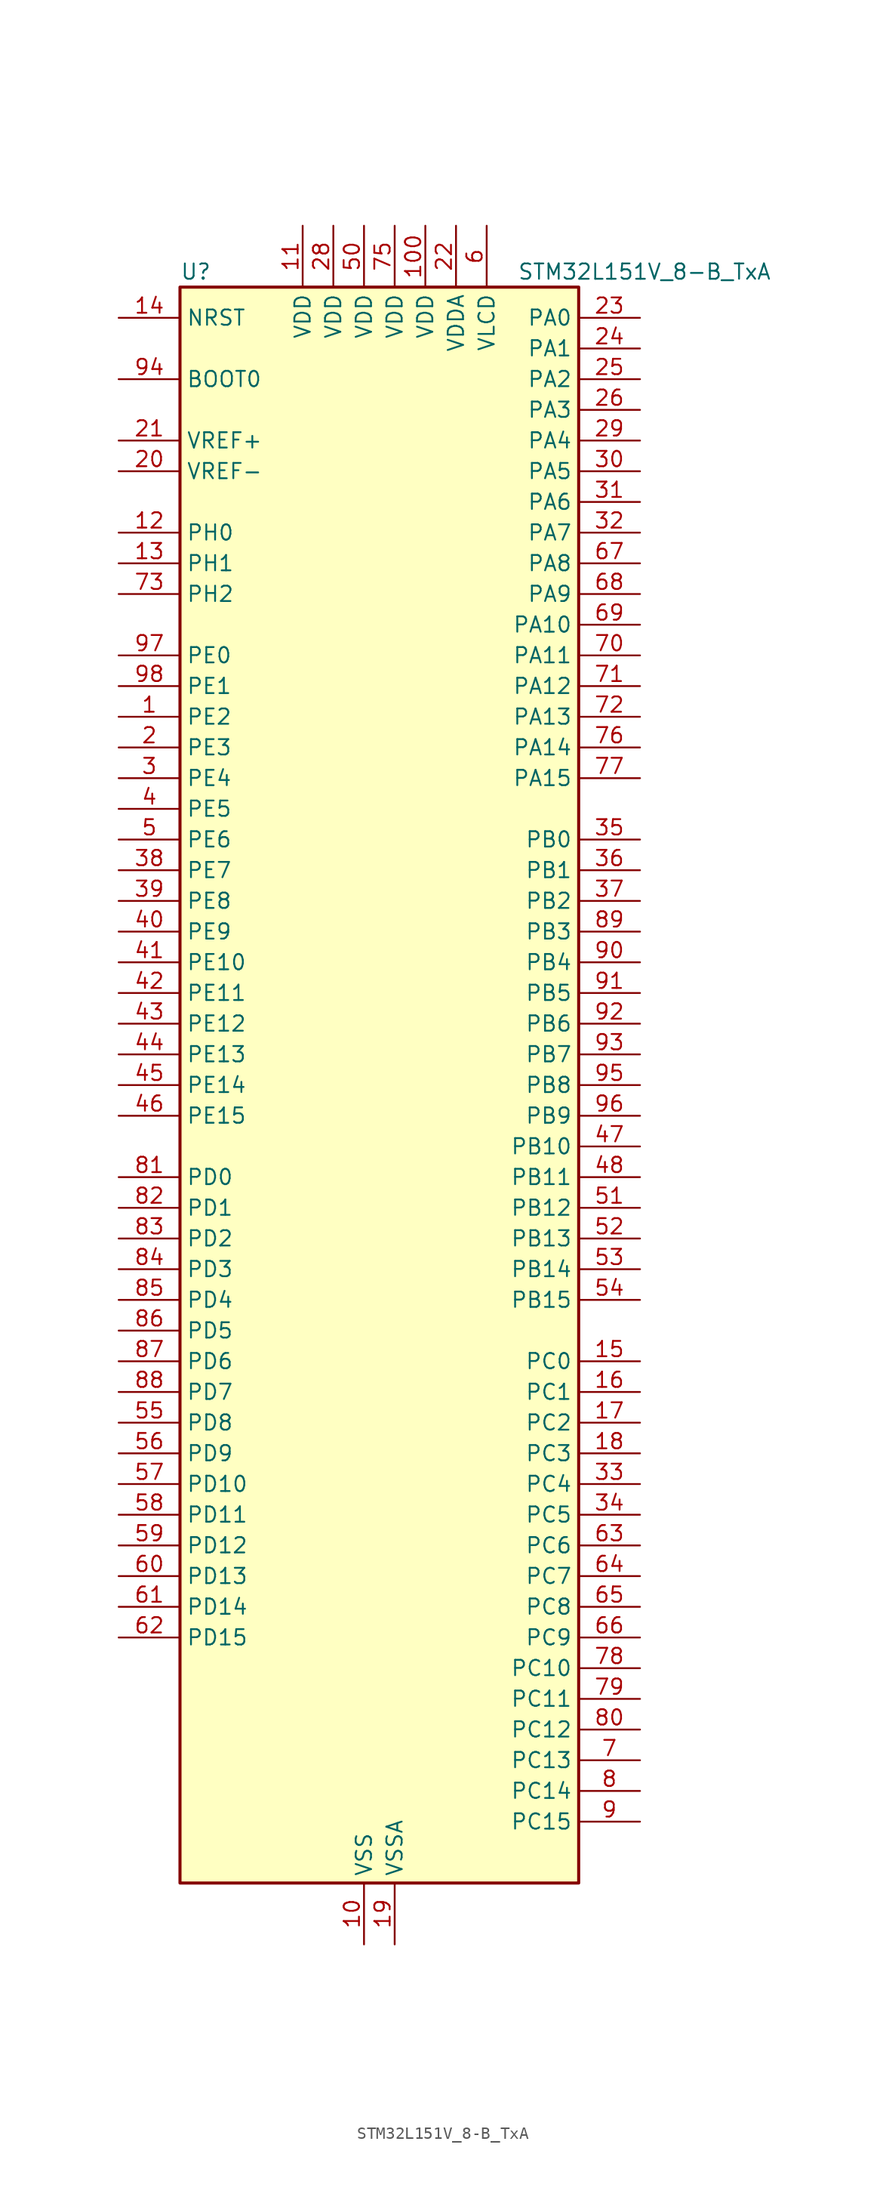
<source format=kicad_sym>
(kicad_symbol_lib
  (version 20231120)
  (generator "kicad-library-utils")
  (generator_version "8.0")
  (symbol "STM32L151V_8-B_TxA"
    (property "Reference" "U"
      (at -15.24 67.31 0)
      (effects (font (size 1.27 1.27)) (justify left)))
    (property "Value" "STM32L151V_8-B_TxA"
      (at 12.7 67.31 0)
      (effects (font (size 1.27 1.27)) (justify left)))
    (symbol "STM32L151V_8-B_TxA_0_1"
      (rectangle (start -15.24 -66.04) (end 17.78 66.04) (stroke (width 0.254) (type default)) (fill (type background))))
    (symbol "STM32L151V_8-B_TxA_1_1"
      (pin bidirectional line (at -20.32 30.48 0) (length 5.08) (name "PE2" (effects (font (size 1.27 1.27)))) (number "1" (effects (font (size 1.27 1.27)))) (alternate "SYS_TRACECK" bidirectional line) (alternate "TIM3_ETR" bidirectional line) (alternate "TIMX_IC3" bidirectional line))
      (pin power_in line (at 0 -71.12 90) (length 5.08) (name "VSS" (effects (font (size 1.27 1.27)))) (number "10" (effects (font (size 1.27 1.27)))))
      (pin power_in line (at 5.08 71.12 270) (length 5.08) (name "VDD" (effects (font (size 1.27 1.27)))) (number "100" (effects (font (size 1.27 1.27)))))
      (pin power_in line (at -5.08 71.12 270) (length 5.08) (name "VDD" (effects (font (size 1.27 1.27)))) (number "11" (effects (font (size 1.27 1.27)))))
      (pin bidirectional line (at -20.32 45.72 0) (length 5.08) (name "PH0" (effects (font (size 1.27 1.27)))) (number "12" (effects (font (size 1.27 1.27)))) (alternate "RCC_OSC_IN" bidirectional line))
      (pin bidirectional line (at -20.32 43.18 0) (length 5.08) (name "PH1" (effects (font (size 1.27 1.27)))) (number "13" (effects (font (size 1.27 1.27)))) (alternate "RCC_OSC_OUT" bidirectional line))
      (pin input line (at -20.32 63.5 0) (length 5.08) (name "NRST" (effects (font (size 1.27 1.27)))) (number "14" (effects (font (size 1.27 1.27)))))
      (pin bidirectional line (at 22.86 -22.86 180) (length 5.08) (name "PC0" (effects (font (size 1.27 1.27)))) (number "15" (effects (font (size 1.27 1.27)))) (alternate "ADC_IN10" bidirectional line) (alternate "COMP1_INP" bidirectional line) (alternate "TIMX_IC1" bidirectional line) (alternate "TS_G8_IO1" bidirectional line))
      (pin bidirectional line (at 22.86 -25.4 180) (length 5.08) (name "PC1" (effects (font (size 1.27 1.27)))) (number "16" (effects (font (size 1.27 1.27)))) (alternate "ADC_IN11" bidirectional line) (alternate "COMP1_INP" bidirectional line) (alternate "TIMX_IC2" bidirectional line) (alternate "TS_G8_IO2" bidirectional line))
      (pin bidirectional line (at 22.86 -27.94 180) (length 5.08) (name "PC2" (effects (font (size 1.27 1.27)))) (number "17" (effects (font (size 1.27 1.27)))) (alternate "ADC_IN12" bidirectional line) (alternate "COMP1_INP" bidirectional line) (alternate "TIMX_IC3" bidirectional line) (alternate "TS_G8_IO3" bidirectional line))
      (pin bidirectional line (at 22.86 -30.48 180) (length 5.08) (name "PC3" (effects (font (size 1.27 1.27)))) (number "18" (effects (font (size 1.27 1.27)))) (alternate "ADC_IN13" bidirectional line) (alternate "COMP1_INP" bidirectional line) (alternate "TIMX_IC4" bidirectional line) (alternate "TS_G8_IO4" bidirectional line))
      (pin power_in line (at 2.54 -71.12 90) (length 5.08) (name "VSSA" (effects (font (size 1.27 1.27)))) (number "19" (effects (font (size 1.27 1.27)))))
      (pin bidirectional line (at -20.32 27.94 0) (length 5.08) (name "PE3" (effects (font (size 1.27 1.27)))) (number "2" (effects (font (size 1.27 1.27)))) (alternate "SYS_TRACED0" bidirectional line) (alternate "TIM3_CH1" bidirectional line) (alternate "TIMX_IC4" bidirectional line))
      (pin input line (at -20.32 50.8 0) (length 5.08) (name "VREF-" (effects (font (size 1.27 1.27)))) (number "20" (effects (font (size 1.27 1.27)))))
      (pin input line (at -20.32 53.34 0) (length 5.08) (name "VREF+" (effects (font (size 1.27 1.27)))) (number "21" (effects (font (size 1.27 1.27)))))
      (pin power_in line (at 7.62 71.12 270) (length 5.08) (name "VDDA" (effects (font (size 1.27 1.27)))) (number "22" (effects (font (size 1.27 1.27)))))
      (pin bidirectional line (at 22.86 63.5 180) (length 5.08) (name "PA0" (effects (font (size 1.27 1.27)))) (number "23" (effects (font (size 1.27 1.27)))) (alternate "ADC_IN0" bidirectional line) (alternate "COMP1_INP" bidirectional line) (alternate "RTC_TAMP2" bidirectional line) (alternate "SYS_WKUP1" bidirectional line) (alternate "TIM2_CH1" bidirectional line) (alternate "TIM2_ETR" bidirectional line) (alternate "TIMX_IC1" bidirectional line) (alternate "TS_G1_IO1" bidirectional line) (alternate "USART2_CTS" bidirectional line))
      (pin bidirectional line (at 22.86 60.96 180) (length 5.08) (name "PA1" (effects (font (size 1.27 1.27)))) (number "24" (effects (font (size 1.27 1.27)))) (alternate "ADC_IN1" bidirectional line) (alternate "COMP1_INP" bidirectional line) (alternate "TIM2_CH2" bidirectional line) (alternate "TIMX_IC2" bidirectional line) (alternate "TS_G1_IO2" bidirectional line) (alternate "USART2_RTS" bidirectional line))
      (pin bidirectional line (at 22.86 58.42 180) (length 5.08) (name "PA2" (effects (font (size 1.27 1.27)))) (number "25" (effects (font (size 1.27 1.27)))) (alternate "ADC_IN2" bidirectional line) (alternate "COMP1_INP" bidirectional line) (alternate "TIM2_CH3" bidirectional line) (alternate "TIM9_CH1" bidirectional line) (alternate "TIMX_IC3" bidirectional line) (alternate "TS_G1_IO3" bidirectional line) (alternate "USART2_TX" bidirectional line))
      (pin bidirectional line (at 22.86 55.88 180) (length 5.08) (name "PA3" (effects (font (size 1.27 1.27)))) (number "26" (effects (font (size 1.27 1.27)))) (alternate "ADC_IN3" bidirectional line) (alternate "COMP1_INP" bidirectional line) (alternate "TIM2_CH4" bidirectional line) (alternate "TIM9_CH2" bidirectional line) (alternate "TIMX_IC4" bidirectional line) (alternate "TS_G1_IO4" bidirectional line) (alternate "USART2_RX" bidirectional line))
      (pin passive line (at 0 -71.12 90) (length 5.08) hide (name "VSS" (effects (font (size 1.27 1.27)))) (number "27" (effects (font (size 1.27 1.27)))))
      (pin power_in line (at -2.54 71.12 270) (length 5.08) (name "VDD" (effects (font (size 1.27 1.27)))) (number "28" (effects (font (size 1.27 1.27)))))
      (pin bidirectional line (at 22.86 53.34 180) (length 5.08) (name "PA4" (effects (font (size 1.27 1.27)))) (number "29" (effects (font (size 1.27 1.27)))) (alternate "ADC_IN4" bidirectional line) (alternate "COMP1_INP" bidirectional line) (alternate "DAC_OUT1" bidirectional line) (alternate "SPI1_NSS" bidirectional line) (alternate "TIMX_IC1" bidirectional line) (alternate "USART2_CK" bidirectional line))
      (pin bidirectional line (at -20.32 25.4 0) (length 5.08) (name "PE4" (effects (font (size 1.27 1.27)))) (number "3" (effects (font (size 1.27 1.27)))) (alternate "SYS_TRACED1" bidirectional line) (alternate "TIM3_CH2" bidirectional line) (alternate "TIMX_IC1" bidirectional line))
      (pin bidirectional line (at 22.86 50.8 180) (length 5.08) (name "PA5" (effects (font (size 1.27 1.27)))) (number "30" (effects (font (size 1.27 1.27)))) (alternate "ADC_IN5" bidirectional line) (alternate "COMP1_INP" bidirectional line) (alternate "DAC_OUT2" bidirectional line) (alternate "SPI1_SCK" bidirectional line) (alternate "TIM2_CH1" bidirectional line) (alternate "TIM2_ETR" bidirectional line) (alternate "TIMX_IC2" bidirectional line))
      (pin bidirectional line (at 22.86 48.26 180) (length 5.08) (name "PA6" (effects (font (size 1.27 1.27)))) (number "31" (effects (font (size 1.27 1.27)))) (alternate "ADC_IN6" bidirectional line) (alternate "COMP1_INP" bidirectional line) (alternate "SPI1_MISO" bidirectional line) (alternate "TIM10_CH1" bidirectional line) (alternate "TIM3_CH1" bidirectional line) (alternate "TIMX_IC3" bidirectional line) (alternate "TS_G2_IO1" bidirectional line))
      (pin bidirectional line (at 22.86 45.72 180) (length 5.08) (name "PA7" (effects (font (size 1.27 1.27)))) (number "32" (effects (font (size 1.27 1.27)))) (alternate "ADC_IN7" bidirectional line) (alternate "COMP1_INP" bidirectional line) (alternate "SPI1_MOSI" bidirectional line) (alternate "TIM11_CH1" bidirectional line) (alternate "TIM3_CH2" bidirectional line) (alternate "TIMX_IC4" bidirectional line) (alternate "TS_G2_IO2" bidirectional line))
      (pin bidirectional line (at 22.86 -33.02 180) (length 5.08) (name "PC4" (effects (font (size 1.27 1.27)))) (number "33" (effects (font (size 1.27 1.27)))) (alternate "ADC_IN14" bidirectional line) (alternate "COMP1_INP" bidirectional line) (alternate "TIMX_IC1" bidirectional line) (alternate "TS_G9_IO1" bidirectional line))
      (pin bidirectional line (at 22.86 -35.56 180) (length 5.08) (name "PC5" (effects (font (size 1.27 1.27)))) (number "34" (effects (font (size 1.27 1.27)))) (alternate "ADC_IN15" bidirectional line) (alternate "COMP1_INP" bidirectional line) (alternate "TIMX_IC2" bidirectional line) (alternate "TS_G9_IO2" bidirectional line))
      (pin bidirectional line (at 22.86 20.32 180) (length 5.08) (name "PB0" (effects (font (size 1.27 1.27)))) (number "35" (effects (font (size 1.27 1.27)))) (alternate "ADC_IN8" bidirectional line) (alternate "COMP1_INP" bidirectional line) (alternate "SYS_V_REF_OUT" bidirectional line) (alternate "TIM3_CH3" bidirectional line) (alternate "TS_G3_IO1" bidirectional line))
      (pin bidirectional line (at 22.86 17.78 180) (length 5.08) (name "PB1" (effects (font (size 1.27 1.27)))) (number "36" (effects (font (size 1.27 1.27)))) (alternate "ADC_IN9" bidirectional line) (alternate "COMP1_INP" bidirectional line) (alternate "SYS_V_REF_OUT" bidirectional line) (alternate "TIM3_CH4" bidirectional line) (alternate "TS_G3_IO2" bidirectional line))
      (pin bidirectional line (at 22.86 15.24 180) (length 5.08) (name "PB2" (effects (font (size 1.27 1.27)))) (number "37" (effects (font (size 1.27 1.27)))) (alternate "TS_G3_IO3" bidirectional line))
      (pin bidirectional line (at -20.32 17.78 0) (length 5.08) (name "PE7" (effects (font (size 1.27 1.27)))) (number "38" (effects (font (size 1.27 1.27)))) (alternate "ADC_IN22" bidirectional line) (alternate "COMP1_INP" bidirectional line) (alternate "TIMX_IC4" bidirectional line))
      (pin bidirectional line (at -20.32 15.24 0) (length 5.08) (name "PE8" (effects (font (size 1.27 1.27)))) (number "39" (effects (font (size 1.27 1.27)))) (alternate "ADC_IN23" bidirectional line) (alternate "COMP1_INP" bidirectional line) (alternate "TIMX_IC1" bidirectional line))
      (pin bidirectional line (at -20.32 22.86 0) (length 5.08) (name "PE5" (effects (font (size 1.27 1.27)))) (number "4" (effects (font (size 1.27 1.27)))) (alternate "SYS_TRACED2" bidirectional line) (alternate "TIM9_CH1" bidirectional line) (alternate "TIMX_IC2" bidirectional line))
      (pin bidirectional line (at -20.32 12.7 0) (length 5.08) (name "PE9" (effects (font (size 1.27 1.27)))) (number "40" (effects (font (size 1.27 1.27)))) (alternate "ADC_IN24" bidirectional line) (alternate "COMP1_INP" bidirectional line) (alternate "DAC_EXTI9" bidirectional line) (alternate "TIM2_CH1" bidirectional line) (alternate "TIM2_ETR" bidirectional line) (alternate "TIMX_IC2" bidirectional line))
      (pin bidirectional line (at -20.32 10.16 0) (length 5.08) (name "PE10" (effects (font (size 1.27 1.27)))) (number "41" (effects (font (size 1.27 1.27)))) (alternate "ADC_IN25" bidirectional line) (alternate "COMP1_INP" bidirectional line) (alternate "TIM2_CH2" bidirectional line) (alternate "TIMX_IC3" bidirectional line))
      (pin bidirectional line (at -20.32 7.62 0) (length 5.08) (name "PE11" (effects (font (size 1.27 1.27)))) (number "42" (effects (font (size 1.27 1.27)))) (alternate "ADC_EXTI11" bidirectional line) (alternate "TIM2_CH3" bidirectional line) (alternate "TIMX_IC4" bidirectional line))
      (pin bidirectional line (at -20.32 5.08 0) (length 5.08) (name "PE12" (effects (font (size 1.27 1.27)))) (number "43" (effects (font (size 1.27 1.27)))) (alternate "SPI1_NSS" bidirectional line) (alternate "TIM2_CH4" bidirectional line) (alternate "TIMX_IC1" bidirectional line))
      (pin bidirectional line (at -20.32 2.54 0) (length 5.08) (name "PE13" (effects (font (size 1.27 1.27)))) (number "44" (effects (font (size 1.27 1.27)))) (alternate "SPI1_SCK" bidirectional line) (alternate "TIMX_IC2" bidirectional line))
      (pin bidirectional line (at -20.32 0 0) (length 5.08) (name "PE14" (effects (font (size 1.27 1.27)))) (number "45" (effects (font (size 1.27 1.27)))) (alternate "SPI1_MISO" bidirectional line) (alternate "TIMX_IC3" bidirectional line))
      (pin bidirectional line (at -20.32 -2.54 0) (length 5.08) (name "PE15" (effects (font (size 1.27 1.27)))) (number "46" (effects (font (size 1.27 1.27)))) (alternate "ADC_EXTI15" bidirectional line) (alternate "SPI1_MOSI" bidirectional line) (alternate "TIMX_IC4" bidirectional line))
      (pin bidirectional line (at 22.86 -5.08 180) (length 5.08) (name "PB10" (effects (font (size 1.27 1.27)))) (number "47" (effects (font (size 1.27 1.27)))) (alternate "I2C2_SCL" bidirectional line) (alternate "TIM2_CH3" bidirectional line) (alternate "USART3_TX" bidirectional line))
      (pin bidirectional line (at 22.86 -7.62 180) (length 5.08) (name "PB11" (effects (font (size 1.27 1.27)))) (number "48" (effects (font (size 1.27 1.27)))) (alternate "ADC_EXTI11" bidirectional line) (alternate "I2C2_SDA" bidirectional line) (alternate "TIM2_CH4" bidirectional line) (alternate "USART3_RX" bidirectional line))
      (pin passive line (at 0 -71.12 90) (length 5.08) hide (name "VSS" (effects (font (size 1.27 1.27)))) (number "49" (effects (font (size 1.27 1.27)))))
      (pin bidirectional line (at -20.32 20.32 0) (length 5.08) (name "PE6" (effects (font (size 1.27 1.27)))) (number "5" (effects (font (size 1.27 1.27)))) (alternate "RTC_TAMP3" bidirectional line) (alternate "SYS_TRACED3" bidirectional line) (alternate "SYS_WKUP3" bidirectional line) (alternate "TIM9_CH2" bidirectional line) (alternate "TIMX_IC3" bidirectional line))
      (pin power_in line (at 0 71.12 270) (length 5.08) (name "VDD" (effects (font (size 1.27 1.27)))) (number "50" (effects (font (size 1.27 1.27)))))
      (pin bidirectional line (at 22.86 -10.16 180) (length 5.08) (name "PB12" (effects (font (size 1.27 1.27)))) (number "51" (effects (font (size 1.27 1.27)))) (alternate "ADC_IN18" bidirectional line) (alternate "COMP1_INP" bidirectional line) (alternate "I2C2_SMBA" bidirectional line) (alternate "SPI2_NSS" bidirectional line) (alternate "TIM10_CH1" bidirectional line) (alternate "TS_G7_IO1" bidirectional line) (alternate "USART3_CK" bidirectional line))
      (pin bidirectional line (at 22.86 -12.7 180) (length 5.08) (name "PB13" (effects (font (size 1.27 1.27)))) (number "52" (effects (font (size 1.27 1.27)))) (alternate "ADC_IN19" bidirectional line) (alternate "COMP1_INP" bidirectional line) (alternate "SPI2_SCK" bidirectional line) (alternate "TIM9_CH1" bidirectional line) (alternate "TS_G7_IO2" bidirectional line) (alternate "USART3_CTS" bidirectional line))
      (pin bidirectional line (at 22.86 -15.24 180) (length 5.08) (name "PB14" (effects (font (size 1.27 1.27)))) (number "53" (effects (font (size 1.27 1.27)))) (alternate "ADC_IN20" bidirectional line) (alternate "COMP1_INP" bidirectional line) (alternate "SPI2_MISO" bidirectional line) (alternate "TIM9_CH2" bidirectional line) (alternate "TS_G7_IO3" bidirectional line) (alternate "USART3_RTS" bidirectional line))
      (pin bidirectional line (at 22.86 -17.78 180) (length 5.08) (name "PB15" (effects (font (size 1.27 1.27)))) (number "54" (effects (font (size 1.27 1.27)))) (alternate "ADC_EXTI15" bidirectional line) (alternate "ADC_IN21" bidirectional line) (alternate "COMP1_INP" bidirectional line) (alternate "RTC_REFIN" bidirectional line) (alternate "SPI2_MOSI" bidirectional line) (alternate "TIM11_CH1" bidirectional line) (alternate "TS_G7_IO4" bidirectional line))
      (pin bidirectional line (at -20.32 -27.94 0) (length 5.08) (name "PD8" (effects (font (size 1.27 1.27)))) (number "55" (effects (font (size 1.27 1.27)))) (alternate "TIMX_IC1" bidirectional line) (alternate "USART3_TX" bidirectional line))
      (pin bidirectional line (at -20.32 -30.48 0) (length 5.08) (name "PD9" (effects (font (size 1.27 1.27)))) (number "56" (effects (font (size 1.27 1.27)))) (alternate "DAC_EXTI9" bidirectional line) (alternate "TIMX_IC2" bidirectional line) (alternate "USART3_RX" bidirectional line))
      (pin bidirectional line (at -20.32 -33.02 0) (length 5.08) (name "PD10" (effects (font (size 1.27 1.27)))) (number "57" (effects (font (size 1.27 1.27)))) (alternate "TIMX_IC3" bidirectional line) (alternate "USART3_CK" bidirectional line))
      (pin bidirectional line (at -20.32 -35.56 0) (length 5.08) (name "PD11" (effects (font (size 1.27 1.27)))) (number "58" (effects (font (size 1.27 1.27)))) (alternate "ADC_EXTI11" bidirectional line) (alternate "TIMX_IC4" bidirectional line) (alternate "USART3_CTS" bidirectional line))
      (pin bidirectional line (at -20.32 -38.1 0) (length 5.08) (name "PD12" (effects (font (size 1.27 1.27)))) (number "59" (effects (font (size 1.27 1.27)))) (alternate "TIM4_CH1" bidirectional line) (alternate "TIMX_IC1" bidirectional line) (alternate "USART3_RTS" bidirectional line))
      (pin power_in line (at 10.16 71.12 270) (length 5.08) (name "VLCD" (effects (font (size 1.27 1.27)))) (number "6" (effects (font (size 1.27 1.27)))))
      (pin bidirectional line (at -20.32 -40.64 0) (length 5.08) (name "PD13" (effects (font (size 1.27 1.27)))) (number "60" (effects (font (size 1.27 1.27)))) (alternate "TIM4_CH2" bidirectional line) (alternate "TIMX_IC2" bidirectional line))
      (pin bidirectional line (at -20.32 -43.18 0) (length 5.08) (name "PD14" (effects (font (size 1.27 1.27)))) (number "61" (effects (font (size 1.27 1.27)))) (alternate "TIM4_CH3" bidirectional line) (alternate "TIMX_IC3" bidirectional line))
      (pin bidirectional line (at -20.32 -45.72 0) (length 5.08) (name "PD15" (effects (font (size 1.27 1.27)))) (number "62" (effects (font (size 1.27 1.27)))) (alternate "ADC_EXTI15" bidirectional line) (alternate "TIM4_CH4" bidirectional line) (alternate "TIMX_IC4" bidirectional line))
      (pin bidirectional line (at 22.86 -38.1 180) (length 5.08) (name "PC6" (effects (font (size 1.27 1.27)))) (number "63" (effects (font (size 1.27 1.27)))) (alternate "TIM3_CH1" bidirectional line) (alternate "TIMX_IC3" bidirectional line) (alternate "TS_G10_IO1" bidirectional line))
      (pin bidirectional line (at 22.86 -40.64 180) (length 5.08) (name "PC7" (effects (font (size 1.27 1.27)))) (number "64" (effects (font (size 1.27 1.27)))) (alternate "TIM3_CH2" bidirectional line) (alternate "TIMX_IC4" bidirectional line) (alternate "TS_G10_IO2" bidirectional line))
      (pin bidirectional line (at 22.86 -43.18 180) (length 5.08) (name "PC8" (effects (font (size 1.27 1.27)))) (number "65" (effects (font (size 1.27 1.27)))) (alternate "TIM3_CH3" bidirectional line) (alternate "TIMX_IC1" bidirectional line) (alternate "TS_G10_IO3" bidirectional line))
      (pin bidirectional line (at 22.86 -45.72 180) (length 5.08) (name "PC9" (effects (font (size 1.27 1.27)))) (number "66" (effects (font (size 1.27 1.27)))) (alternate "DAC_EXTI9" bidirectional line) (alternate "TIM3_CH4" bidirectional line) (alternate "TIMX_IC2" bidirectional line) (alternate "TS_G10_IO4" bidirectional line))
      (pin bidirectional line (at 22.86 43.18 180) (length 5.08) (name "PA8" (effects (font (size 1.27 1.27)))) (number "67" (effects (font (size 1.27 1.27)))) (alternate "RCC_MCO" bidirectional line) (alternate "TIMX_IC1" bidirectional line) (alternate "TS_G4_IO1" bidirectional line) (alternate "USART1_CK" bidirectional line))
      (pin bidirectional line (at 22.86 40.64 180) (length 5.08) (name "PA9" (effects (font (size 1.27 1.27)))) (number "68" (effects (font (size 1.27 1.27)))) (alternate "DAC_EXTI9" bidirectional line) (alternate "TIMX_IC2" bidirectional line) (alternate "TS_G4_IO2" bidirectional line) (alternate "USART1_TX" bidirectional line))
      (pin bidirectional line (at 22.86 38.1 180) (length 5.08) (name "PA10" (effects (font (size 1.27 1.27)))) (number "69" (effects (font (size 1.27 1.27)))) (alternate "TIMX_IC3" bidirectional line) (alternate "TS_G4_IO3" bidirectional line) (alternate "USART1_RX" bidirectional line))
      (pin bidirectional line (at 22.86 -55.88 180) (length 5.08) (name "PC13" (effects (font (size 1.27 1.27)))) (number "7" (effects (font (size 1.27 1.27)))) (alternate "RTC_OUT_ALARM" bidirectional line) (alternate "RTC_OUT_CALIB" bidirectional line) (alternate "RTC_TAMP1" bidirectional line) (alternate "RTC_TS" bidirectional line) (alternate "SYS_WKUP2" bidirectional line) (alternate "TIMX_IC2" bidirectional line))
      (pin bidirectional line (at 22.86 35.56 180) (length 5.08) (name "PA11" (effects (font (size 1.27 1.27)))) (number "70" (effects (font (size 1.27 1.27)))) (alternate "ADC_EXTI11" bidirectional line) (alternate "SPI1_MISO" bidirectional line) (alternate "TIMX_IC4" bidirectional line) (alternate "USART1_CTS" bidirectional line) (alternate "USB_DM" bidirectional line))
      (pin bidirectional line (at 22.86 33.02 180) (length 5.08) (name "PA12" (effects (font (size 1.27 1.27)))) (number "71" (effects (font (size 1.27 1.27)))) (alternate "SPI1_MOSI" bidirectional line) (alternate "TIMX_IC1" bidirectional line) (alternate "USART1_RTS" bidirectional line) (alternate "USB_DP" bidirectional line))
      (pin bidirectional line (at 22.86 30.48 180) (length 5.08) (name "PA13" (effects (font (size 1.27 1.27)))) (number "72" (effects (font (size 1.27 1.27)))) (alternate "SYS_JTMS-SWDIO" bidirectional line) (alternate "TIMX_IC2" bidirectional line) (alternate "TS_G5_IO1" bidirectional line))
      (pin bidirectional line (at -20.32 40.64 0) (length 5.08) (name "PH2" (effects (font (size 1.27 1.27)))) (number "73" (effects (font (size 1.27 1.27)))))
      (pin passive line (at 0 -71.12 90) (length 5.08) hide (name "VSS" (effects (font (size 1.27 1.27)))) (number "74" (effects (font (size 1.27 1.27)))))
      (pin power_in line (at 2.54 71.12 270) (length 5.08) (name "VDD" (effects (font (size 1.27 1.27)))) (number "75" (effects (font (size 1.27 1.27)))))
      (pin bidirectional line (at 22.86 27.94 180) (length 5.08) (name "PA14" (effects (font (size 1.27 1.27)))) (number "76" (effects (font (size 1.27 1.27)))) (alternate "SYS_JTCK-SWCLK" bidirectional line) (alternate "TIMX_IC3" bidirectional line) (alternate "TS_G5_IO2" bidirectional line))
      (pin bidirectional line (at 22.86 25.4 180) (length 5.08) (name "PA15" (effects (font (size 1.27 1.27)))) (number "77" (effects (font (size 1.27 1.27)))) (alternate "ADC_EXTI15" bidirectional line) (alternate "SPI1_NSS" bidirectional line) (alternate "SYS_JTDI" bidirectional line) (alternate "TIM2_CH1" bidirectional line) (alternate "TIM2_ETR" bidirectional line) (alternate "TIMX_IC4" bidirectional line) (alternate "TS_G5_IO3" bidirectional line))
      (pin bidirectional line (at 22.86 -48.26 180) (length 5.08) (name "PC10" (effects (font (size 1.27 1.27)))) (number "78" (effects (font (size 1.27 1.27)))) (alternate "TIMX_IC3" bidirectional line) (alternate "USART3_TX" bidirectional line))
      (pin bidirectional line (at 22.86 -50.8 180) (length 5.08) (name "PC11" (effects (font (size 1.27 1.27)))) (number "79" (effects (font (size 1.27 1.27)))) (alternate "ADC_EXTI11" bidirectional line) (alternate "TIMX_IC4" bidirectional line) (alternate "USART3_RX" bidirectional line))
      (pin bidirectional line (at 22.86 -58.42 180) (length 5.08) (name "PC14" (effects (font (size 1.27 1.27)))) (number "8" (effects (font (size 1.27 1.27)))) (alternate "RCC_OSC32_IN" bidirectional line) (alternate "TIMX_IC3" bidirectional line))
      (pin bidirectional line (at 22.86 -53.34 180) (length 5.08) (name "PC12" (effects (font (size 1.27 1.27)))) (number "80" (effects (font (size 1.27 1.27)))) (alternate "TIMX_IC1" bidirectional line) (alternate "USART3_CK" bidirectional line))
      (pin bidirectional line (at -20.32 -7.62 0) (length 5.08) (name "PD0" (effects (font (size 1.27 1.27)))) (number "81" (effects (font (size 1.27 1.27)))) (alternate "SPI2_NSS" bidirectional line) (alternate "TIM9_CH1" bidirectional line) (alternate "TIMX_IC1" bidirectional line))
      (pin bidirectional line (at -20.32 -10.16 0) (length 5.08) (name "PD1" (effects (font (size 1.27 1.27)))) (number "82" (effects (font (size 1.27 1.27)))) (alternate "SPI2_SCK" bidirectional line) (alternate "TIMX_IC2" bidirectional line))
      (pin bidirectional line (at -20.32 -12.7 0) (length 5.08) (name "PD2" (effects (font (size 1.27 1.27)))) (number "83" (effects (font (size 1.27 1.27)))) (alternate "TIM3_ETR" bidirectional line) (alternate "TIMX_IC3" bidirectional line))
      (pin bidirectional line (at -20.32 -15.24 0) (length 5.08) (name "PD3" (effects (font (size 1.27 1.27)))) (number "84" (effects (font (size 1.27 1.27)))) (alternate "SPI2_MISO" bidirectional line) (alternate "TIMX_IC4" bidirectional line) (alternate "USART2_CTS" bidirectional line))
      (pin bidirectional line (at -20.32 -17.78 0) (length 5.08) (name "PD4" (effects (font (size 1.27 1.27)))) (number "85" (effects (font (size 1.27 1.27)))) (alternate "SPI2_MOSI" bidirectional line) (alternate "TIMX_IC1" bidirectional line) (alternate "USART2_RTS" bidirectional line))
      (pin bidirectional line (at -20.32 -20.32 0) (length 5.08) (name "PD5" (effects (font (size 1.27 1.27)))) (number "86" (effects (font (size 1.27 1.27)))) (alternate "TIMX_IC2" bidirectional line) (alternate "USART2_TX" bidirectional line))
      (pin bidirectional line (at -20.32 -22.86 0) (length 5.08) (name "PD6" (effects (font (size 1.27 1.27)))) (number "87" (effects (font (size 1.27 1.27)))) (alternate "TIMX_IC3" bidirectional line) (alternate "USART2_RX" bidirectional line))
      (pin bidirectional line (at -20.32 -25.4 0) (length 5.08) (name "PD7" (effects (font (size 1.27 1.27)))) (number "88" (effects (font (size 1.27 1.27)))) (alternate "TIM9_CH2" bidirectional line) (alternate "TIMX_IC4" bidirectional line) (alternate "USART2_CK" bidirectional line))
      (pin bidirectional line (at 22.86 12.7 180) (length 5.08) (name "PB3" (effects (font (size 1.27 1.27)))) (number "89" (effects (font (size 1.27 1.27)))) (alternate "COMP2_INM" bidirectional line) (alternate "SPI1_SCK" bidirectional line) (alternate "SYS_JTDO-TRACESWO" bidirectional line) (alternate "TIM2_CH2" bidirectional line))
      (pin bidirectional line (at 22.86 -60.96 180) (length 5.08) (name "PC15" (effects (font (size 1.27 1.27)))) (number "9" (effects (font (size 1.27 1.27)))) (alternate "ADC_EXTI15" bidirectional line) (alternate "RCC_OSC32_OUT" bidirectional line) (alternate "TIMX_IC4" bidirectional line))
      (pin bidirectional line (at 22.86 10.16 180) (length 5.08) (name "PB4" (effects (font (size 1.27 1.27)))) (number "90" (effects (font (size 1.27 1.27)))) (alternate "COMP2_INP" bidirectional line) (alternate "SPI1_MISO" bidirectional line) (alternate "SYS_JTRST" bidirectional line) (alternate "TIM3_CH1" bidirectional line) (alternate "TS_G6_IO1" bidirectional line))
      (pin bidirectional line (at 22.86 7.62 180) (length 5.08) (name "PB5" (effects (font (size 1.27 1.27)))) (number "91" (effects (font (size 1.27 1.27)))) (alternate "COMP2_INP" bidirectional line) (alternate "I2C1_SMBA" bidirectional line) (alternate "SPI1_MOSI" bidirectional line) (alternate "TIM3_CH2" bidirectional line) (alternate "TS_G6_IO2" bidirectional line))
      (pin bidirectional line (at 22.86 5.08 180) (length 5.08) (name "PB6" (effects (font (size 1.27 1.27)))) (number "92" (effects (font (size 1.27 1.27)))) (alternate "I2C1_SCL" bidirectional line) (alternate "TIM4_CH1" bidirectional line) (alternate "TS_G6_IO3" bidirectional line) (alternate "USART1_TX" bidirectional line))
      (pin bidirectional line (at 22.86 2.54 180) (length 5.08) (name "PB7" (effects (font (size 1.27 1.27)))) (number "93" (effects (font (size 1.27 1.27)))) (alternate "I2C1_SDA" bidirectional line) (alternate "SYS_PVD_IN" bidirectional line) (alternate "TIM4_CH2" bidirectional line) (alternate "TS_G6_IO4" bidirectional line) (alternate "USART1_RX" bidirectional line))
      (pin input line (at -20.32 58.42 0) (length 5.08) (name "BOOT0" (effects (font (size 1.27 1.27)))) (number "94" (effects (font (size 1.27 1.27)))))
      (pin bidirectional line (at 22.86 0 180) (length 5.08) (name "PB8" (effects (font (size 1.27 1.27)))) (number "95" (effects (font (size 1.27 1.27)))) (alternate "I2C1_SCL" bidirectional line) (alternate "TIM10_CH1" bidirectional line) (alternate "TIM4_CH3" bidirectional line))
      (pin bidirectional line (at 22.86 -2.54 180) (length 5.08) (name "PB9" (effects (font (size 1.27 1.27)))) (number "96" (effects (font (size 1.27 1.27)))) (alternate "DAC_EXTI9" bidirectional line) (alternate "I2C1_SDA" bidirectional line) (alternate "TIM11_CH1" bidirectional line) (alternate "TIM4_CH4" bidirectional line))
      (pin bidirectional line (at -20.32 35.56 0) (length 5.08) (name "PE0" (effects (font (size 1.27 1.27)))) (number "97" (effects (font (size 1.27 1.27)))) (alternate "TIM10_CH1" bidirectional line) (alternate "TIM4_ETR" bidirectional line) (alternate "TIMX_IC1" bidirectional line))
      (pin bidirectional line (at -20.32 33.02 0) (length 5.08) (name "PE1" (effects (font (size 1.27 1.27)))) (number "98" (effects (font (size 1.27 1.27)))) (alternate "TIM11_CH1" bidirectional line) (alternate "TIMX_IC2" bidirectional line))
      (pin passive line (at 0 -71.12 90) (length 5.08) hide (name "VSS" (effects (font (size 1.27 1.27)))) (number "99" (effects (font (size 1.27 1.27))))))))
</source>
